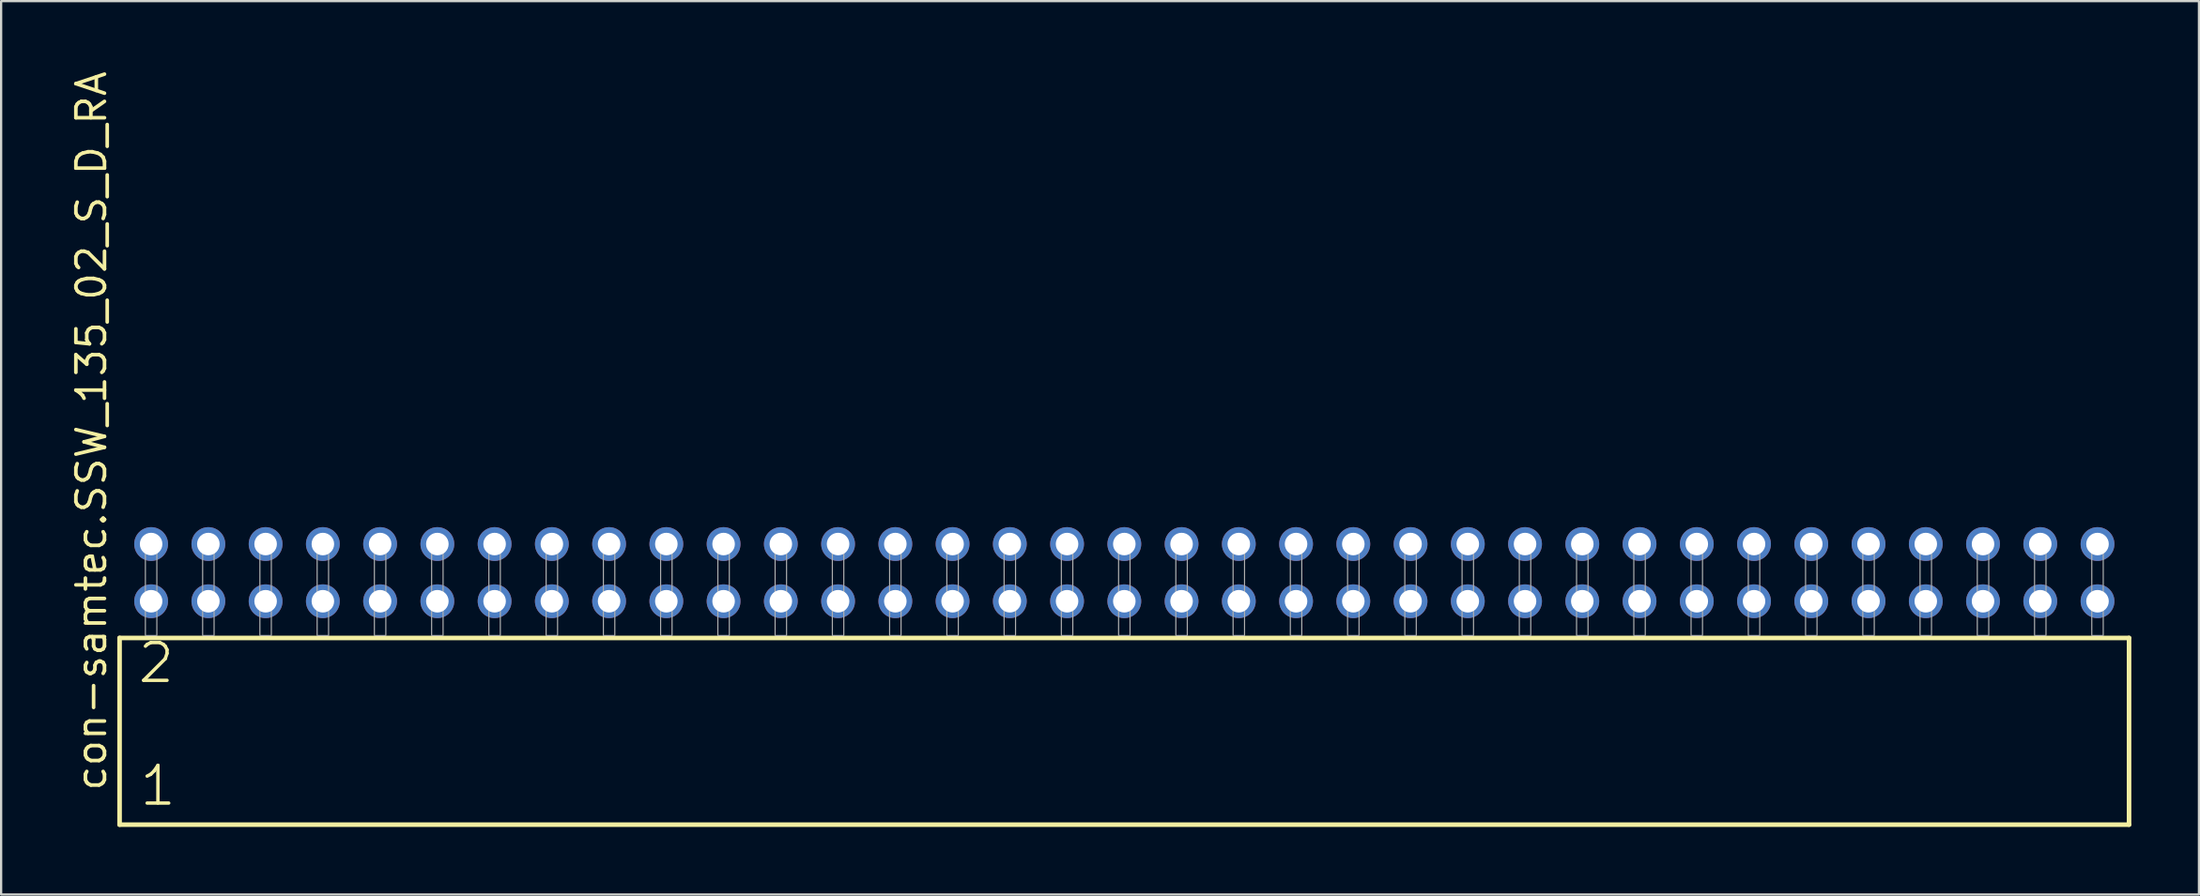
<source format=kicad_pcb>
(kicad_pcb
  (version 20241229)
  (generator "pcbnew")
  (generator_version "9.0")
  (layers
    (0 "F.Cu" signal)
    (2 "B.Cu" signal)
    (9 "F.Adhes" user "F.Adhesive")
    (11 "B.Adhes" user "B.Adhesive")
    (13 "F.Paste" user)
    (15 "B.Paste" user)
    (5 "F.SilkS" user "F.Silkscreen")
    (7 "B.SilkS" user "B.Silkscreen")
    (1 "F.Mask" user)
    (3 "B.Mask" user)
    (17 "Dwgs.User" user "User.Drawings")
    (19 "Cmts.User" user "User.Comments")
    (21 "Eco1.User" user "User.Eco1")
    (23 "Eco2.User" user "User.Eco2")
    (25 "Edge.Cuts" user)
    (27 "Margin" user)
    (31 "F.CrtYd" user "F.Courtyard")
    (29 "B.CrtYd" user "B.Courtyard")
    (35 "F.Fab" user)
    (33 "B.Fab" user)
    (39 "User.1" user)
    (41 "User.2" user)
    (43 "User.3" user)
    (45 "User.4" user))
  (footprint "con-samtec.SSW_135_02_S_D_RA"
    (layer "F.Cu")
    (at 46.835 25.172)
    (property "Reference" "con-samtec.SSW_135_02_S_D_RA" (at -45.085 6.985 90) (layer "F.SilkS") (effects (font (size 1.27 1.27) (thickness 0.16)) (justify left bottom)))
    (attr through_hole)
    (fp_line (start -44.579 0.106) (end -44.579 8.396) (stroke (width 0.203) (type default)) (layer "F.SilkS"))
    (fp_line (start -44.579 8.396) (end 44.579 8.396) (stroke (width 0.203) (type default)) (layer "F.SilkS"))
    (fp_line (start 44.579 0.106) (end -44.579 0.106) (stroke (width 0.203) (type default)) (layer "F.SilkS"))
    (fp_line (start 44.579 8.396) (end 44.579 0.106) (stroke (width 0.203) (type default)) (layer "F.SilkS"))
    (fp_rect (start -43.434 0) (end -42.926 -4.318) (stroke (width 0.05) (type default)) (fill no) (layer "F.Fab"))
    (fp_rect (start -40.894 0) (end -40.386 -4.318) (stroke (width 0.05) (type default)) (fill no) (layer "F.Fab"))
    (fp_rect (start -38.354 0) (end -37.846 -4.318) (stroke (width 0.05) (type default)) (fill no) (layer "F.Fab"))
    (fp_rect (start -35.814 0) (end -35.306 -4.318) (stroke (width 0.05) (type default)) (fill no) (layer "F.Fab"))
    (fp_rect (start -33.274 0) (end -32.766 -4.318) (stroke (width 0.05) (type default)) (fill no) (layer "F.Fab"))
    (fp_rect (start -30.734 0) (end -30.226 -4.318) (stroke (width 0.05) (type default)) (fill no) (layer "F.Fab"))
    (fp_rect (start -28.194 0) (end -27.686 -4.318) (stroke (width 0.05) (type default)) (fill no) (layer "F.Fab"))
    (fp_rect (start -25.654 0) (end -25.146 -4.318) (stroke (width 0.05) (type default)) (fill no) (layer "F.Fab"))
    (fp_rect (start -23.114 0) (end -22.606 -4.318) (stroke (width 0.05) (type default)) (fill no) (layer "F.Fab"))
    (fp_rect (start -20.574 0) (end -20.066 -4.318) (stroke (width 0.05) (type default)) (fill no) (layer "F.Fab"))
    (fp_rect (start -18.034 0) (end -17.526 -4.318) (stroke (width 0.05) (type default)) (fill no) (layer "F.Fab"))
    (fp_rect (start -15.494 0) (end -14.986 -4.318) (stroke (width 0.05) (type default)) (fill no) (layer "F.Fab"))
    (fp_rect (start -12.954 0) (end -12.446 -4.318) (stroke (width 0.05) (type default)) (fill no) (layer "F.Fab"))
    (fp_rect (start -10.414 0) (end -9.906 -4.318) (stroke (width 0.05) (type default)) (fill no) (layer "F.Fab"))
    (fp_rect (start -7.874 0) (end -7.366 -4.318) (stroke (width 0.05) (type default)) (fill no) (layer "F.Fab"))
    (fp_rect (start -5.334 0) (end -4.826 -4.318) (stroke (width 0.05) (type default)) (fill no) (layer "F.Fab"))
    (fp_rect (start -2.794 0) (end -2.286 -4.318) (stroke (width 0.05) (type default)) (fill no) (layer "F.Fab"))
    (fp_rect (start -0.254 0) (end 0.254 -4.318) (stroke (width 0.05) (type default)) (fill no) (layer "F.Fab"))
    (fp_rect (start 2.286 0) (end 2.794 -4.318) (stroke (width 0.05) (type default)) (fill no) (layer "F.Fab"))
    (fp_rect (start 4.826 0) (end 5.334 -4.318) (stroke (width 0.05) (type default)) (fill no) (layer "F.Fab"))
    (fp_rect (start 7.366 0) (end 7.874 -4.318) (stroke (width 0.05) (type default)) (fill no) (layer "F.Fab"))
    (fp_rect (start 9.906 0) (end 10.414 -4.318) (stroke (width 0.05) (type default)) (fill no) (layer "F.Fab"))
    (fp_rect (start 12.446 0) (end 12.954 -4.318) (stroke (width 0.05) (type default)) (fill no) (layer "F.Fab"))
    (fp_rect (start 14.986 0) (end 15.494 -4.318) (stroke (width 0.05) (type default)) (fill no) (layer "F.Fab"))
    (fp_rect (start 17.526 0) (end 18.034 -4.318) (stroke (width 0.05) (type default)) (fill no) (layer "F.Fab"))
    (fp_rect (start 20.066 0) (end 20.574 -4.318) (stroke (width 0.05) (type default)) (fill no) (layer "F.Fab"))
    (fp_rect (start 22.606 0) (end 23.114 -4.318) (stroke (width 0.05) (type default)) (fill no) (layer "F.Fab"))
    (fp_rect (start 25.146 0) (end 25.654 -4.318) (stroke (width 0.05) (type default)) (fill no) (layer "F.Fab"))
    (fp_rect (start 27.686 0) (end 28.194 -4.318) (stroke (width 0.05) (type default)) (fill no) (layer "F.Fab"))
    (fp_rect (start 30.226 0) (end 30.734 -4.318) (stroke (width 0.05) (type default)) (fill no) (layer "F.Fab"))
    (fp_rect (start 32.766 0) (end 33.274 -4.318) (stroke (width 0.05) (type default)) (fill no) (layer "F.Fab"))
    (fp_rect (start 35.306 0) (end 35.814 -4.318) (stroke (width 0.05) (type default)) (fill no) (layer "F.Fab"))
    (fp_rect (start 37.846 0) (end 38.354 -4.318) (stroke (width 0.05) (type default)) (fill no) (layer "F.Fab"))
    (fp_rect (start 40.386 0) (end 40.894 -4.318) (stroke (width 0.05) (type default)) (fill no) (layer "F.Fab"))
    (fp_rect (start 42.926 0) (end 43.434 -4.318) (stroke (width 0.05) (type default)) (fill no) (layer "F.Fab"))
    (fp_text user "2" (at -43.85 2.2 0) (layer "F.SilkS") (effects (font (size 1.676 1.676) (thickness 0.15)) (justify left bottom)))
    (fp_text user "1" (at -43.775 7.65 0) (layer "F.SilkS") (effects (font (size 1.676 1.676) (thickness 0.15)) (justify left bottom)))
    (pad "1" thru_hole circle (at -43.18 -1.524) (size 1.5 1.5) (drill 1) (layers "*.Cu" "*.Mask"))
    (pad "2" thru_hole circle (at -43.18 -4.064) (size 1.5 1.5) (drill 1) (layers "*.Cu" "*.Mask"))
    (pad "3" thru_hole circle (at -40.64 -1.524) (size 1.5 1.5) (drill 1) (layers "*.Cu" "*.Mask"))
    (pad "4" thru_hole circle (at -40.64 -4.064) (size 1.5 1.5) (drill 1) (layers "*.Cu" "*.Mask"))
    (pad "5" thru_hole circle (at -38.1 -1.524) (size 1.5 1.5) (drill 1) (layers "*.Cu" "*.Mask"))
    (pad "6" thru_hole circle (at -38.1 -4.064) (size 1.5 1.5) (drill 1) (layers "*.Cu" "*.Mask"))
    (pad "7" thru_hole circle (at -35.56 -1.524) (size 1.5 1.5) (drill 1) (layers "*.Cu" "*.Mask"))
    (pad "8" thru_hole circle (at -35.56 -4.064) (size 1.5 1.5) (drill 1) (layers "*.Cu" "*.Mask"))
    (pad "9" thru_hole circle (at -33.02 -1.524) (size 1.5 1.5) (drill 1) (layers "*.Cu" "*.Mask"))
    (pad "10" thru_hole circle (at -33.02 -4.064) (size 1.5 1.5) (drill 1) (layers "*.Cu" "*.Mask"))
    (pad "11" thru_hole circle (at -30.48 -1.524) (size 1.5 1.5) (drill 1) (layers "*.Cu" "*.Mask"))
    (pad "12" thru_hole circle (at -30.48 -4.064) (size 1.5 1.5) (drill 1) (layers "*.Cu" "*.Mask"))
    (pad "13" thru_hole circle (at -27.94 -1.524) (size 1.5 1.5) (drill 1) (layers "*.Cu" "*.Mask"))
    (pad "14" thru_hole circle (at -27.94 -4.064) (size 1.5 1.5) (drill 1) (layers "*.Cu" "*.Mask"))
    (pad "15" thru_hole circle (at -25.4 -1.524) (size 1.5 1.5) (drill 1) (layers "*.Cu" "*.Mask"))
    (pad "16" thru_hole circle (at -25.4 -4.064) (size 1.5 1.5) (drill 1) (layers "*.Cu" "*.Mask"))
    (pad "17" thru_hole circle (at -22.86 -1.524) (size 1.5 1.5) (drill 1) (layers "*.Cu" "*.Mask"))
    (pad "18" thru_hole circle (at -22.86 -4.064) (size 1.5 1.5) (drill 1) (layers "*.Cu" "*.Mask"))
    (pad "19" thru_hole circle (at -20.32 -1.524) (size 1.5 1.5) (drill 1) (layers "*.Cu" "*.Mask"))
    (pad "20" thru_hole circle (at -20.32 -4.064) (size 1.5 1.5) (drill 1) (layers "*.Cu" "*.Mask"))
    (pad "21" thru_hole circle (at -17.78 -1.524) (size 1.5 1.5) (drill 1) (layers "*.Cu" "*.Mask"))
    (pad "22" thru_hole circle (at -17.78 -4.064) (size 1.5 1.5) (drill 1) (layers "*.Cu" "*.Mask"))
    (pad "23" thru_hole circle (at -15.24 -1.524) (size 1.5 1.5) (drill 1) (layers "*.Cu" "*.Mask"))
    (pad "24" thru_hole circle (at -15.24 -4.064) (size 1.5 1.5) (drill 1) (layers "*.Cu" "*.Mask"))
    (pad "25" thru_hole circle (at -12.7 -1.524) (size 1.5 1.5) (drill 1) (layers "*.Cu" "*.Mask"))
    (pad "26" thru_hole circle (at -12.7 -4.064) (size 1.5 1.5) (drill 1) (layers "*.Cu" "*.Mask"))
    (pad "27" thru_hole circle (at -10.16 -1.524) (size 1.5 1.5) (drill 1) (layers "*.Cu" "*.Mask"))
    (pad "28" thru_hole circle (at -10.16 -4.064) (size 1.5 1.5) (drill 1) (layers "*.Cu" "*.Mask"))
    (pad "29" thru_hole circle (at -7.62 -1.524) (size 1.5 1.5) (drill 1) (layers "*.Cu" "*.Mask"))
    (pad "30" thru_hole circle (at -7.62 -4.064) (size 1.5 1.5) (drill 1) (layers "*.Cu" "*.Mask"))
    (pad "31" thru_hole circle (at -5.08 -1.524) (size 1.5 1.5) (drill 1) (layers "*.Cu" "*.Mask"))
    (pad "32" thru_hole circle (at -5.08 -4.064) (size 1.5 1.5) (drill 1) (layers "*.Cu" "*.Mask"))
    (pad "33" thru_hole circle (at -2.54 -1.524) (size 1.5 1.5) (drill 1) (layers "*.Cu" "*.Mask"))
    (pad "34" thru_hole circle (at -2.54 -4.064) (size 1.5 1.5) (drill 1) (layers "*.Cu" "*.Mask"))
    (pad "35" thru_hole circle (at 0 -1.524) (size 1.5 1.5) (drill 1) (layers "*.Cu" "*.Mask"))
    (pad "36" thru_hole circle (at 0 -4.064) (size 1.5 1.5) (drill 1) (layers "*.Cu" "*.Mask"))
    (pad "37" thru_hole circle (at 2.54 -1.524) (size 1.5 1.5) (drill 1) (layers "*.Cu" "*.Mask"))
    (pad "38" thru_hole circle (at 2.54 -4.064) (size 1.5 1.5) (drill 1) (layers "*.Cu" "*.Mask"))
    (pad "39" thru_hole circle (at 5.08 -1.524) (size 1.5 1.5) (drill 1) (layers "*.Cu" "*.Mask"))
    (pad "40" thru_hole circle (at 5.08 -4.064) (size 1.5 1.5) (drill 1) (layers "*.Cu" "*.Mask"))
    (pad "41" thru_hole circle (at 7.62 -1.524) (size 1.5 1.5) (drill 1) (layers "*.Cu" "*.Mask"))
    (pad "42" thru_hole circle (at 7.62 -4.064) (size 1.5 1.5) (drill 1) (layers "*.Cu" "*.Mask"))
    (pad "43" thru_hole circle (at 10.16 -1.524) (size 1.5 1.5) (drill 1) (layers "*.Cu" "*.Mask"))
    (pad "44" thru_hole circle (at 10.16 -4.064) (size 1.5 1.5) (drill 1) (layers "*.Cu" "*.Mask"))
    (pad "45" thru_hole circle (at 12.7 -1.524) (size 1.5 1.5) (drill 1) (layers "*.Cu" "*.Mask"))
    (pad "46" thru_hole circle (at 12.7 -4.064) (size 1.5 1.5) (drill 1) (layers "*.Cu" "*.Mask"))
    (pad "47" thru_hole circle (at 15.24 -1.524) (size 1.5 1.5) (drill 1) (layers "*.Cu" "*.Mask"))
    (pad "48" thru_hole circle (at 15.24 -4.064) (size 1.5 1.5) (drill 1) (layers "*.Cu" "*.Mask"))
    (pad "49" thru_hole circle (at 17.78 -1.524) (size 1.5 1.5) (drill 1) (layers "*.Cu" "*.Mask"))
    (pad "50" thru_hole circle (at 17.78 -4.064) (size 1.5 1.5) (drill 1) (layers "*.Cu" "*.Mask"))
    (pad "51" thru_hole circle (at 20.32 -1.524) (size 1.5 1.5) (drill 1) (layers "*.Cu" "*.Mask"))
    (pad "52" thru_hole circle (at 20.32 -4.064) (size 1.5 1.5) (drill 1) (layers "*.Cu" "*.Mask"))
    (pad "53" thru_hole circle (at 22.86 -1.524) (size 1.5 1.5) (drill 1) (layers "*.Cu" "*.Mask"))
    (pad "54" thru_hole circle (at 22.86 -4.064) (size 1.5 1.5) (drill 1) (layers "*.Cu" "*.Mask"))
    (pad "55" thru_hole circle (at 25.4 -1.524) (size 1.5 1.5) (drill 1) (layers "*.Cu" "*.Mask"))
    (pad "56" thru_hole circle (at 25.4 -4.064) (size 1.5 1.5) (drill 1) (layers "*.Cu" "*.Mask"))
    (pad "57" thru_hole circle (at 27.94 -1.524) (size 1.5 1.5) (drill 1) (layers "*.Cu" "*.Mask"))
    (pad "58" thru_hole circle (at 27.94 -4.064) (size 1.5 1.5) (drill 1) (layers "*.Cu" "*.Mask"))
    (pad "59" thru_hole circle (at 30.48 -1.524) (size 1.5 1.5) (drill 1) (layers "*.Cu" "*.Mask"))
    (pad "60" thru_hole circle (at 30.48 -4.064) (size 1.5 1.5) (drill 1) (layers "*.Cu" "*.Mask"))
    (pad "61" thru_hole circle (at 33.02 -1.524) (size 1.5 1.5) (drill 1) (layers "*.Cu" "*.Mask"))
    (pad "62" thru_hole circle (at 33.02 -4.064) (size 1.5 1.5) (drill 1) (layers "*.Cu" "*.Mask"))
    (pad "63" thru_hole circle (at 35.56 -1.524) (size 1.5 1.5) (drill 1) (layers "*.Cu" "*.Mask"))
    (pad "64" thru_hole circle (at 35.56 -4.064) (size 1.5 1.5) (drill 1) (layers "*.Cu" "*.Mask"))
    (pad "65" thru_hole circle (at 38.1 -1.524) (size 1.5 1.5) (drill 1) (layers "*.Cu" "*.Mask"))
    (pad "66" thru_hole circle (at 38.1 -4.064) (size 1.5 1.5) (drill 1) (layers "*.Cu" "*.Mask"))
    (pad "67" thru_hole circle (at 40.64 -1.524) (size 1.5 1.5) (drill 1) (layers "*.Cu" "*.Mask"))
    (pad "68" thru_hole circle (at 40.64 -4.064) (size 1.5 1.5) (drill 1) (layers "*.Cu" "*.Mask"))
    (pad "69" thru_hole circle (at 43.18 -1.524) (size 1.5 1.5) (drill 1) (layers "*.Cu" "*.Mask"))
    (pad "70" thru_hole circle (at 43.18 -4.064) (size 1.5 1.5) (drill 1) (layers "*.Cu" "*.Mask")))
  (gr_rect
    (start -3 -3)
    (end 94.516 36.67)
    (stroke (width 0.1) (type default))
    (fill no)
    (layer "Edge.Cuts")))
</source>
